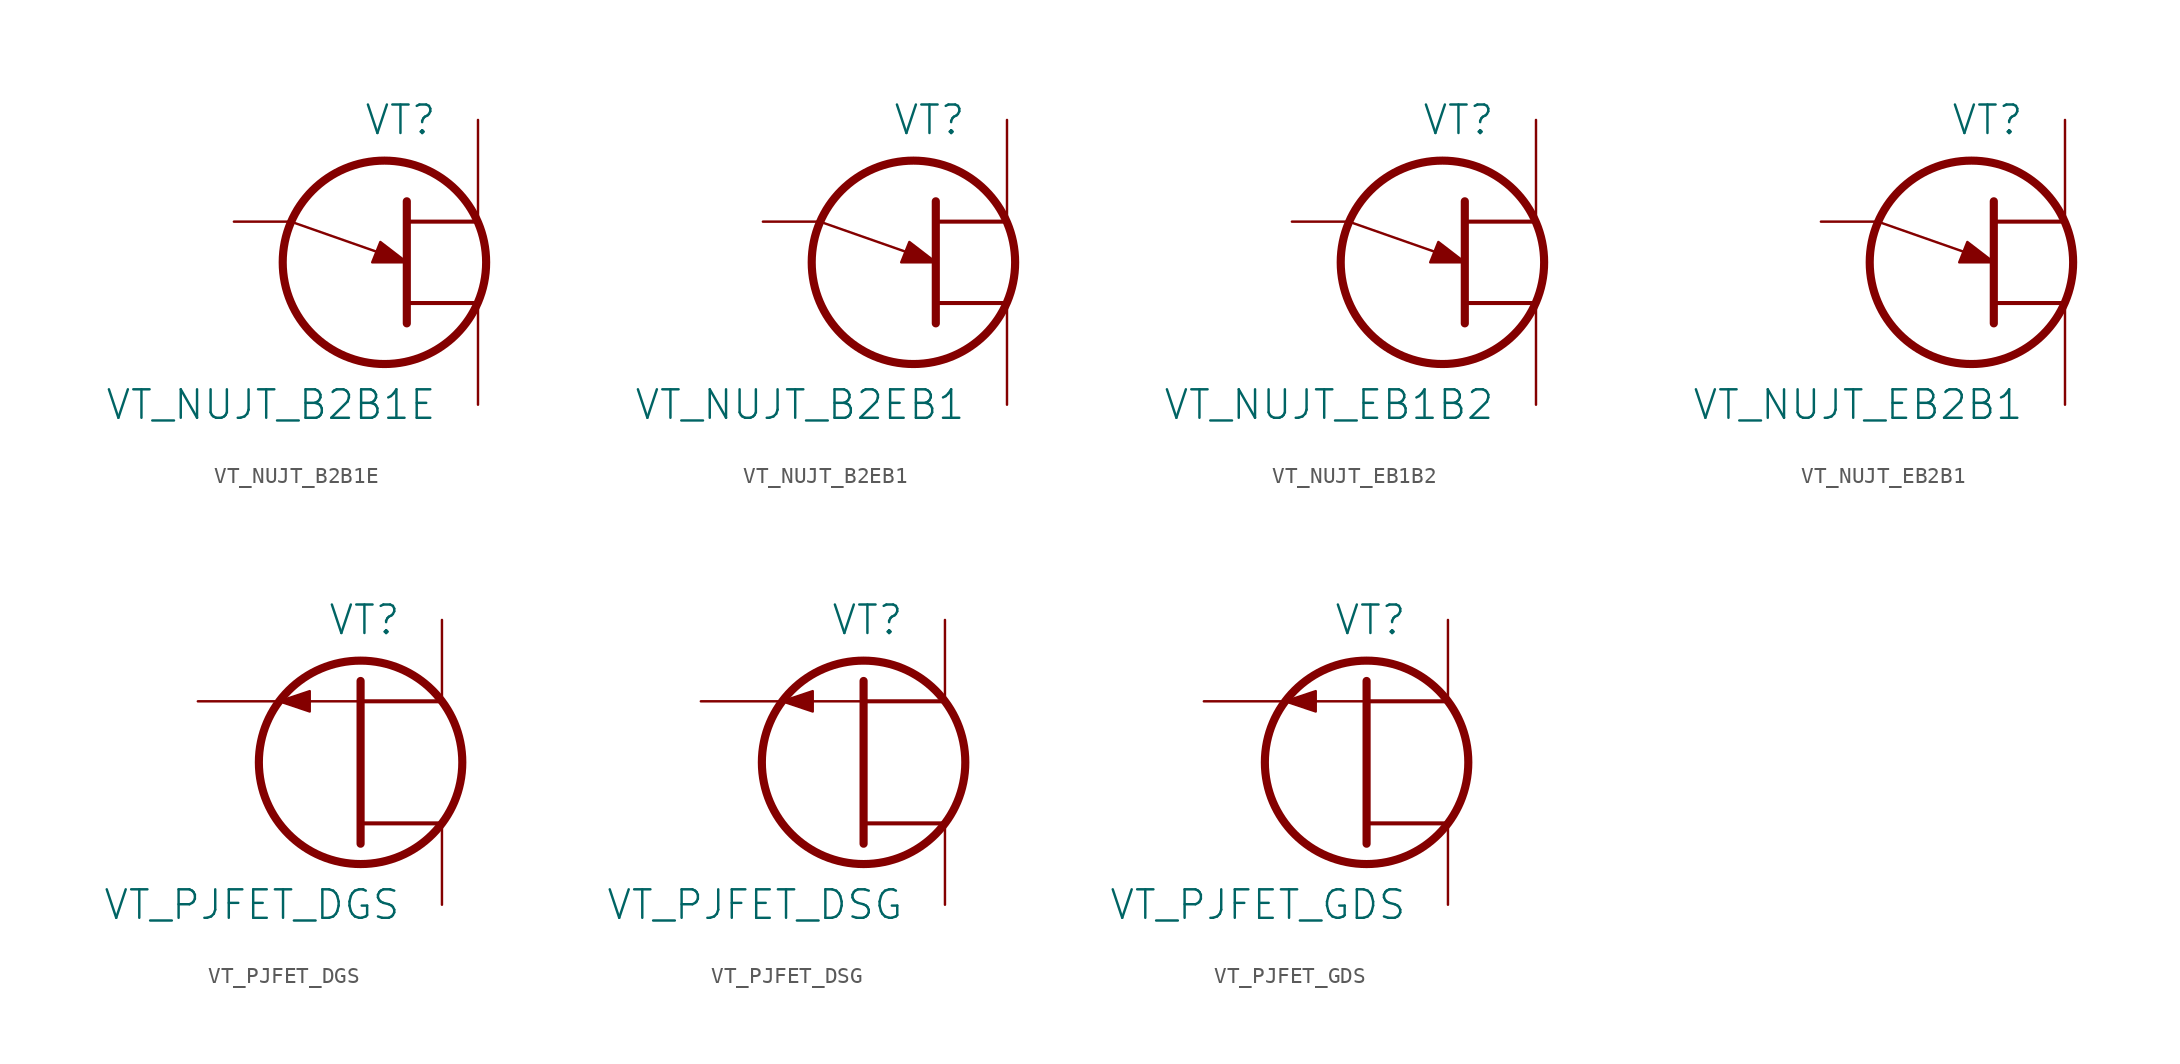
<source format=kicad_sym>
(kicad_symbol_lib
  (version 20211014)
  (generator kicad_symbol_editor)
  (symbol "VT_NUJT_B2B1E"
    (pin_names
      (offset 0))
    (property "Reference" "VT"
      (at 2.54 8.89 0)
      (effects (font (size 1.778 1.778)) (justify right)))
    (property "Value" "VT_NUJT_B2B1E"
      (at 2.54 -8.89 0)
      (effects (font (size 1.778 1.778)) (justify right)))
    (symbol "VT_NUJT_B2B1E_0_1"
      (circle (center -0.762 0) (radius 6.35) (stroke (width 0.508) (type default) (color 0 0 0 0)) (fill (type none)))
      (polyline (pts (xy 0.635 -2.54) (xy 5.08 -2.54)) (stroke (width 0.254) (type default) (color 0 0 0 0)) (fill (type none)))
      (polyline (pts (xy 0.635 2.54) (xy 5.08 2.54)) (stroke (width 0.254) (type default) (color 0 0 0 0)) (fill (type none)))
      (polyline (pts (xy 0.635 3.81) (xy 0.635 -3.81)) (stroke (width 0.508) (type default) (color 0 0 0 0)) (fill (type none)))
      (polyline (pts (xy 5.08 -2.54) (xy 5.08 -8.89)) (stroke (width 0) (type default) (color 0 0 0 0)) (fill (type none)))
      (polyline (pts (xy 5.08 2.54) (xy 5.08 8.89)) (stroke (width 0) (type default) (color 0 0 0 0)) (fill (type none)))
      (polyline (pts (xy -10.16 2.54) (xy -6.604 2.54) (xy 0.635 0)) (stroke (width 0) (type default) (color 0 0 0 0)) (fill (type none)))
      (polyline (pts (xy 0.635 0) (xy -1.524 0) (xy -1.016 1.27) (xy 0.635 0)) (stroke (width 0) (type default) (color 0 0 0 0)) (fill (type outline))))
    (symbol "VT_NUJT_B2B1E_1_1"
      (pin passive line (at 5.08 -8.89 90) (length 2.54) hide (name "B2" (effects (font (size 1.27 1.27)))) (number "1" (effects (font (size 1.27 1.27)))))
      (pin passive line (at 5.08 8.89 270) (length 2.54) hide (name "B1" (effects (font (size 1.27 1.27)))) (number "2" (effects (font (size 1.27 1.27)))))
      (pin passive line (at -10.16 2.54 0) (length 2.54) hide (name "E" (effects (font (size 1.27 1.27)))) (number "3" (effects (font (size 1.27 1.27)))))))
  (symbol "VT_NUJT_B2EB1"
    (pin_names
      (offset 0))
    (property "Reference" "VT"
      (at 2.54 8.89 0)
      (effects (font (size 1.778 1.778)) (justify right)))
    (property "Value" "VT_NUJT_B2EB1"
      (at 2.54 -8.89 0)
      (effects (font (size 1.778 1.778)) (justify right)))
    (symbol "VT_NUJT_B2EB1_0_1"
      (circle (center -0.762 0) (radius 6.35) (stroke (width 0.508) (type default) (color 0 0 0 0)) (fill (type none)))
      (polyline (pts (xy 0.635 -2.54) (xy 5.08 -2.54)) (stroke (width 0.254) (type default) (color 0 0 0 0)) (fill (type none)))
      (polyline (pts (xy 0.635 2.54) (xy 5.08 2.54)) (stroke (width 0.254) (type default) (color 0 0 0 0)) (fill (type none)))
      (polyline (pts (xy 0.635 3.81) (xy 0.635 -3.81)) (stroke (width 0.508) (type default) (color 0 0 0 0)) (fill (type none)))
      (polyline (pts (xy 5.08 -2.54) (xy 5.08 -8.89)) (stroke (width 0) (type default) (color 0 0 0 0)) (fill (type none)))
      (polyline (pts (xy 5.08 2.54) (xy 5.08 8.89)) (stroke (width 0) (type default) (color 0 0 0 0)) (fill (type none)))
      (polyline (pts (xy -10.16 2.54) (xy -6.604 2.54) (xy 0.635 0)) (stroke (width 0) (type default) (color 0 0 0 0)) (fill (type none)))
      (polyline (pts (xy 0.635 0) (xy -1.524 0) (xy -1.016 1.27) (xy 0.635 0)) (stroke (width 0) (type default) (color 0 0 0 0)) (fill (type outline))))
    (symbol "VT_NUJT_B2EB1_1_1"
      (pin passive line (at 5.08 -8.89 90) (length 2.54) hide (name "B2" (effects (font (size 1.27 1.27)))) (number "1" (effects (font (size 1.27 1.27)))))
      (pin passive line (at -10.16 2.54 0) (length 2.54) hide (name "E" (effects (font (size 1.27 1.27)))) (number "2" (effects (font (size 1.27 1.27)))))
      (pin passive line (at 5.08 8.89 270) (length 2.54) hide (name "B1" (effects (font (size 1.27 1.27)))) (number "3" (effects (font (size 1.27 1.27)))))))
  (symbol "VT_NUJT_EB1B2"
    (pin_names
      (offset 0))
    (property "Reference" "VT"
      (at 2.54 8.89 0)
      (effects (font (size 1.778 1.778)) (justify right)))
    (property "Value" "VT_NUJT_EB1B2"
      (at 2.54 -8.89 0)
      (effects (font (size 1.778 1.778)) (justify right)))
    (symbol "VT_NUJT_EB1B2_0_1"
      (circle (center -0.762 0) (radius 6.35) (stroke (width 0.508) (type default) (color 0 0 0 0)) (fill (type none)))
      (polyline (pts (xy 0.635 -2.54) (xy 5.08 -2.54)) (stroke (width 0.254) (type default) (color 0 0 0 0)) (fill (type none)))
      (polyline (pts (xy 0.635 2.54) (xy 5.08 2.54)) (stroke (width 0.254) (type default) (color 0 0 0 0)) (fill (type none)))
      (polyline (pts (xy 0.635 3.81) (xy 0.635 -3.81)) (stroke (width 0.508) (type default) (color 0 0 0 0)) (fill (type none)))
      (polyline (pts (xy 5.08 -2.54) (xy 5.08 -8.89)) (stroke (width 0) (type default) (color 0 0 0 0)) (fill (type none)))
      (polyline (pts (xy 5.08 2.54) (xy 5.08 8.89)) (stroke (width 0) (type default) (color 0 0 0 0)) (fill (type none)))
      (polyline (pts (xy -10.16 2.54) (xy -6.604 2.54) (xy 0.635 0)) (stroke (width 0) (type default) (color 0 0 0 0)) (fill (type none)))
      (polyline (pts (xy 0.635 0) (xy -1.524 0) (xy -1.016 1.27) (xy 0.635 0)) (stroke (width 0) (type default) (color 0 0 0 0)) (fill (type outline))))
    (symbol "VT_NUJT_EB1B2_1_1"
      (pin passive line (at -10.16 2.54 0) (length 2.54) hide (name "E" (effects (font (size 1.27 1.27)))) (number "1" (effects (font (size 1.27 1.27)))))
      (pin passive line (at 5.08 8.89 270) (length 2.54) hide (name "B1" (effects (font (size 1.27 1.27)))) (number "2" (effects (font (size 1.27 1.27)))))
      (pin passive line (at 5.08 -8.89 90) (length 2.54) hide (name "B2" (effects (font (size 1.27 1.27)))) (number "3" (effects (font (size 1.27 1.27)))))))
  (symbol "VT_NUJT_EB2B1"
    (pin_names
      (offset 0))
    (property "Reference" "VT"
      (at 2.54 8.89 0)
      (effects (font (size 1.778 1.778)) (justify right)))
    (property "Value" "VT_NUJT_EB2B1"
      (at 2.54 -8.89 0)
      (effects (font (size 1.778 1.778)) (justify right)))
    (symbol "VT_NUJT_EB2B1_0_1"
      (circle (center -0.762 0) (radius 6.35) (stroke (width 0.508) (type default) (color 0 0 0 0)) (fill (type none)))
      (polyline (pts (xy 0.635 -2.54) (xy 5.08 -2.54)) (stroke (width 0.254) (type default) (color 0 0 0 0)) (fill (type none)))
      (polyline (pts (xy 0.635 2.54) (xy 5.08 2.54)) (stroke (width 0.254) (type default) (color 0 0 0 0)) (fill (type none)))
      (polyline (pts (xy 0.635 3.81) (xy 0.635 -3.81)) (stroke (width 0.508) (type default) (color 0 0 0 0)) (fill (type none)))
      (polyline (pts (xy 5.08 -2.54) (xy 5.08 -8.89)) (stroke (width 0) (type default) (color 0 0 0 0)) (fill (type none)))
      (polyline (pts (xy 5.08 2.54) (xy 5.08 8.89)) (stroke (width 0) (type default) (color 0 0 0 0)) (fill (type none)))
      (polyline (pts (xy -10.16 2.54) (xy -6.604 2.54) (xy 0.635 0)) (stroke (width 0) (type default) (color 0 0 0 0)) (fill (type none)))
      (polyline (pts (xy 0.635 0) (xy -1.524 0) (xy -1.016 1.27) (xy 0.635 0)) (stroke (width 0) (type default) (color 0 0 0 0)) (fill (type outline))))
    (symbol "VT_NUJT_EB2B1_1_1"
      (pin passive line (at -10.16 2.54 0) (length 2.54) hide (name "E" (effects (font (size 1.27 1.27)))) (number "1" (effects (font (size 1.27 1.27)))))
      (pin passive line (at 5.08 -8.89 90) (length 2.54) hide (name "B2" (effects (font (size 1.27 1.27)))) (number "2" (effects (font (size 1.27 1.27)))))
      (pin passive line (at 5.08 8.89 270) (length 2.54) hide (name "B1" (effects (font (size 1.27 1.27)))) (number "3" (effects (font (size 1.27 1.27)))))))
  (symbol "VT_PJFET_DGS"
    (pin_names
      (offset 0))
    (property "Reference" "VT"
      (at 2.54 8.89 0)
      (effects (font (size 1.778 1.778)) (justify right)))
    (property "Value" "VT_PJFET_DGS"
      (at 2.54 -8.89 0)
      (effects (font (size 1.778 1.778)) (justify right)))
    (symbol "VT_PJFET_DGS_0_1"
      (polyline (pts (xy -10.16 3.81) (xy 0 3.81)) (stroke (width 0) (type default) (color 0 0 0 0)) (fill (type none)))
      (polyline (pts (xy 0 -3.81) (xy 5.08 -3.81)) (stroke (width 0.254) (type default) (color 0 0 0 0)) (fill (type none)))
      (polyline (pts (xy 0 3.81) (xy 5.08 3.81)) (stroke (width 0.254) (type default) (color 0 0 0 0)) (fill (type none)))
      (polyline (pts (xy 0 5.08) (xy 0 -5.08)) (stroke (width 0.508) (type default) (color 0 0 0 0)) (fill (type none)))
      (polyline (pts (xy 5.08 -3.81) (xy 5.08 -8.89)) (stroke (width 0) (type default) (color 0 0 0 0)) (fill (type none)))
      (polyline (pts (xy 5.08 3.81) (xy 5.08 8.89)) (stroke (width 0) (type default) (color 0 0 0 0)) (fill (type none)))
      (polyline (pts (xy -3.175 3.175) (xy -5.08 3.81) (xy -3.175 4.445) (xy -3.175 3.175)) (stroke (width 0) (type default) (color 0 0 0 0)) (fill (type outline)))
      (circle (center 0 0) (radius 6.35) (stroke (width 0.508) (type default) (color 0 0 0 0)) (fill (type none))))
    (symbol "VT_PJFET_DGS_1_1"
      (pin passive line (at 5.08 -8.89 90) (length 2.54) hide (name "D" (effects (font (size 1.27 1.27)))) (number "1" (effects (font (size 1.27 1.27)))))
      (pin passive line (at -10.16 3.81 0) (length 2.54) hide (name "G" (effects (font (size 1.27 1.27)))) (number "2" (effects (font (size 1.27 1.27)))))
      (pin passive line (at 5.08 8.89 270) (length 2.54) hide (name "S" (effects (font (size 1.27 1.27)))) (number "3" (effects (font (size 1.27 1.27)))))))
  (symbol "VT_PJFET_DSG"
    (pin_names
      (offset 0))
    (property "Reference" "VT"
      (at 2.54 8.89 0)
      (effects (font (size 1.778 1.778)) (justify right)))
    (property "Value" "VT_PJFET_DSG"
      (at 2.54 -8.89 0)
      (effects (font (size 1.778 1.778)) (justify right)))
    (symbol "VT_PJFET_DSG_0_1"
      (polyline (pts (xy -10.16 3.81) (xy 0 3.81)) (stroke (width 0) (type default) (color 0 0 0 0)) (fill (type none)))
      (polyline (pts (xy 0 -3.81) (xy 5.08 -3.81)) (stroke (width 0.254) (type default) (color 0 0 0 0)) (fill (type none)))
      (polyline (pts (xy 0 3.81) (xy 5.08 3.81)) (stroke (width 0.254) (type default) (color 0 0 0 0)) (fill (type none)))
      (polyline (pts (xy 0 5.08) (xy 0 -5.08)) (stroke (width 0.508) (type default) (color 0 0 0 0)) (fill (type none)))
      (polyline (pts (xy 5.08 -3.81) (xy 5.08 -8.89)) (stroke (width 0) (type default) (color 0 0 0 0)) (fill (type none)))
      (polyline (pts (xy 5.08 3.81) (xy 5.08 8.89)) (stroke (width 0) (type default) (color 0 0 0 0)) (fill (type none)))
      (polyline (pts (xy -3.175 3.175) (xy -5.08 3.81) (xy -3.175 4.445) (xy -3.175 3.175)) (stroke (width 0) (type default) (color 0 0 0 0)) (fill (type outline)))
      (circle (center 0 0) (radius 6.35) (stroke (width 0.508) (type default) (color 0 0 0 0)) (fill (type none))))
    (symbol "VT_PJFET_DSG_1_1"
      (pin passive line (at 5.08 -8.89 90) (length 2.54) hide (name "D" (effects (font (size 1.27 1.27)))) (number "1" (effects (font (size 1.27 1.27)))))
      (pin passive line (at 5.08 8.89 270) (length 2.54) hide (name "S" (effects (font (size 1.27 1.27)))) (number "2" (effects (font (size 1.27 1.27)))))
      (pin passive line (at -10.16 3.81 0) (length 2.54) hide (name "G" (effects (font (size 1.27 1.27)))) (number "3" (effects (font (size 1.27 1.27)))))))
  (symbol "VT_PJFET_GDS"
    (pin_names
      (offset 0))
    (property "Reference" "VT"
      (at 2.54 8.89 0)
      (effects (font (size 1.778 1.778)) (justify right)))
    (property "Value" "VT_PJFET_GDS"
      (at 2.54 -8.89 0)
      (effects (font (size 1.778 1.778)) (justify right)))
    (symbol "VT_PJFET_GDS_0_1"
      (polyline (pts (xy -10.16 3.81) (xy 0 3.81)) (stroke (width 0) (type default) (color 0 0 0 0)) (fill (type none)))
      (polyline (pts (xy 0 -3.81) (xy 5.08 -3.81)) (stroke (width 0.254) (type default) (color 0 0 0 0)) (fill (type none)))
      (polyline (pts (xy 0 3.81) (xy 5.08 3.81)) (stroke (width 0.254) (type default) (color 0 0 0 0)) (fill (type none)))
      (polyline (pts (xy 0 5.08) (xy 0 -5.08)) (stroke (width 0.508) (type default) (color 0 0 0 0)) (fill (type none)))
      (polyline (pts (xy 5.08 -3.81) (xy 5.08 -8.89)) (stroke (width 0) (type default) (color 0 0 0 0)) (fill (type none)))
      (polyline (pts (xy 5.08 3.81) (xy 5.08 8.89)) (stroke (width 0) (type default) (color 0 0 0 0)) (fill (type none)))
      (polyline (pts (xy -3.175 3.175) (xy -5.08 3.81) (xy -3.175 4.445) (xy -3.175 3.175)) (stroke (width 0) (type default) (color 0 0 0 0)) (fill (type outline)))
      (circle (center 0 0) (radius 6.35) (stroke (width 0.508) (type default) (color 0 0 0 0)) (fill (type none))))
    (symbol "VT_PJFET_GDS_1_1"
      (pin passive line (at -10.16 3.81 0) (length 2.54) hide (name "G" (effects (font (size 1.27 1.27)))) (number "1" (effects (font (size 1.27 1.27)))))
      (pin passive line (at 5.08 -8.89 90) (length 2.54) hide (name "D" (effects (font (size 1.27 1.27)))) (number "2" (effects (font (size 1.27 1.27)))))
      (pin passive line (at 5.08 8.89 270) (length 2.54) hide (name "S" (effects (font (size 1.27 1.27)))) (number "3" (effects (font (size 1.27 1.27))))))))
</source>
